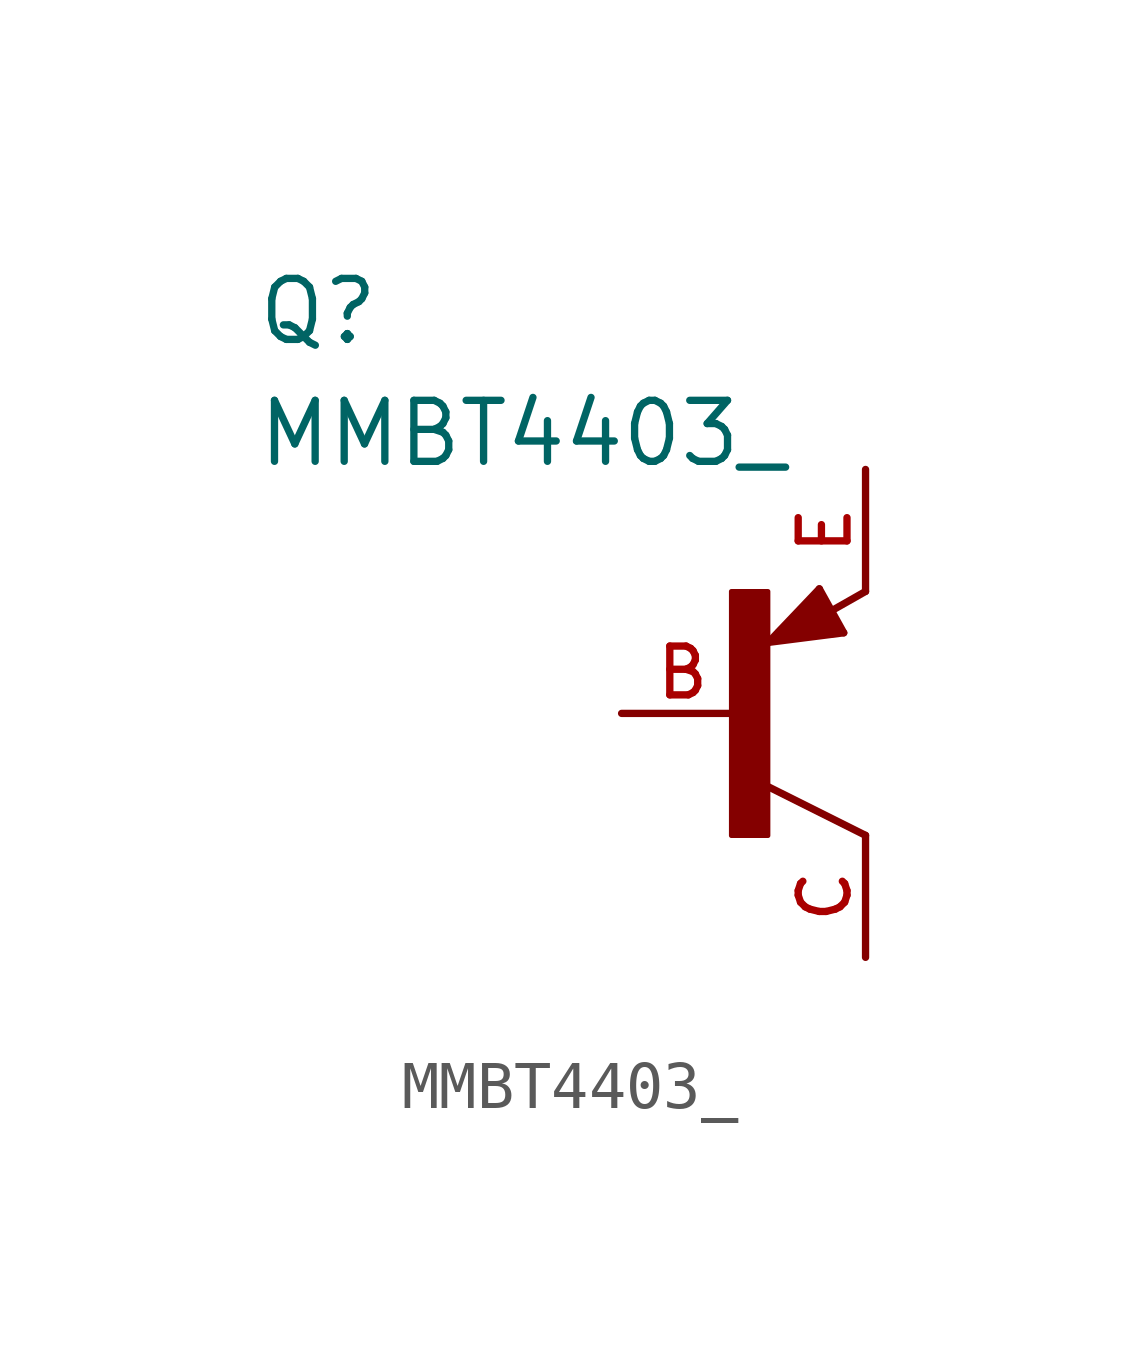
<source format=kicad_sym>
(kicad_symbol_lib
  (version 20211014)
  (generator kicad_symbol_editor)
  (symbol "MMBT4403_"
    (pin_names
      (offset 1.016))
    (property "Reference" "Q"
      (at -10.167 7.625 0)
      (effects (font (size 1.27 1.27)) (justify bottom left)))
    (property "Value" "MMBT4403_"
      (at -10.171 5.086 0)
      (effects (font (size 1.27 1.27)) (justify bottom left)))
    (symbol "MMBT4403__0_0"
      (polyline (pts (xy 2.086 1.678) (xy 1.578 2.594)) (stroke (width 0.152)))
      (polyline (pts (xy 1.578 2.594) (xy 0.516 1.478)) (stroke (width 0.152)))
      (polyline (pts (xy 0.516 1.478) (xy 2.086 1.678)) (stroke (width 0.152)))
      (polyline (pts (xy 2.54 2.54) (xy 1.808 2.124)) (stroke (width 0.152)))
      (polyline (pts (xy 2.54 -2.54) (xy 0.508 -1.524)) (stroke (width 0.152)))
      (polyline (pts (xy 1.905 1.778) (xy 1.524 2.413)) (stroke (width 0.254)))
      (polyline (pts (xy 1.524 2.413) (xy 0.762 1.651)) (stroke (width 0.254)))
      (polyline (pts (xy 0.762 1.651) (xy 1.778 1.778)) (stroke (width 0.254)))
      (polyline (pts (xy 1.778 1.778) (xy 1.524 2.159)) (stroke (width 0.254)))
      (polyline (pts (xy 1.524 2.159) (xy 1.143 1.905)) (stroke (width 0.254)))
      (polyline (pts (xy 1.143 1.905) (xy 1.524 1.905)) (stroke (width 0.254)))
      (rectangle (start -0.255 -2.545) (end 0.508 2.54) (stroke (width 0.1)) (fill (type outline)))
      (pin passive line (at -2.54 0.0 0) (length 2.54) (name "~" (effects (font (size 1.016 1.016)))) (number "B" (effects (font (size 1.016 1.016)))))
      (pin passive line (at 2.54 5.08 270.0) (length 2.54) (name "~" (effects (font (size 1.016 1.016)))) (number "E" (effects (font (size 1.016 1.016)))))
      (pin passive line (at 2.54 -5.08 90.0) (length 2.54) (name "~" (effects (font (size 1.016 1.016)))) (number "C" (effects (font (size 1.016 1.016))))))))
</source>
